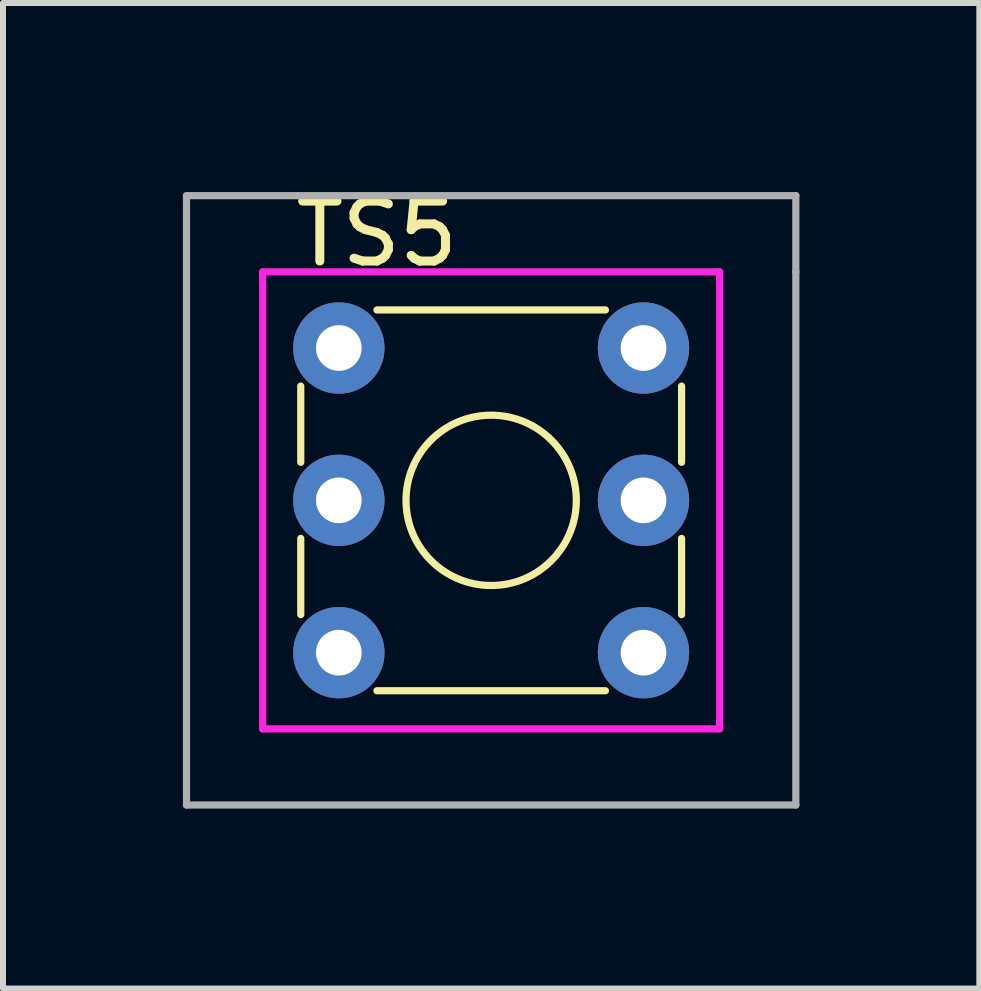
<source format=kicad_pcb>
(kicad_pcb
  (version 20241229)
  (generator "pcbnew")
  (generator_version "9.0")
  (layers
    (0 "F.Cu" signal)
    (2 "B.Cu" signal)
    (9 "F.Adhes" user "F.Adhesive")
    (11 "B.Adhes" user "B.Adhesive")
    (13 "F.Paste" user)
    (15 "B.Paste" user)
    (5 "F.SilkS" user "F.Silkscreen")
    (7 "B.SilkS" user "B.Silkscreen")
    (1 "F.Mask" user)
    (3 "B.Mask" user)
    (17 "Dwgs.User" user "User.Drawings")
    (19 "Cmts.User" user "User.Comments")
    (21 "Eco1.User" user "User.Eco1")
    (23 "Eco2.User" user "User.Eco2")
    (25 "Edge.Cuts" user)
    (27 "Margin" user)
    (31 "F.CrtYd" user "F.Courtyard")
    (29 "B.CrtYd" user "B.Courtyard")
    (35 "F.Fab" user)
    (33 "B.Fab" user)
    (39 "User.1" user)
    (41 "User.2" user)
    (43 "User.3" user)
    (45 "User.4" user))
  (footprint "TS5"
    (layer "F.Cu")
    (at 5.14 5.293)
    (property "Reference" "TS5" (at -1.905 -4.445 0) (layer "F.SilkS") (effects (font (size 1 1) (thickness 0.15))))
    (attr through_hole)
    (fp_line (start -3.175 -1.905) (end -3.175 -0.635) (stroke (width 0.12) (type solid)) (layer "F.SilkS"))
    (fp_line (start -3.175 0.635) (end -3.175 1.905) (stroke (width 0.12) (type solid)) (layer "F.SilkS"))
    (fp_line (start -1.905 -3.175) (end 1.905 -3.175) (stroke (width 0.12) (type solid)) (layer "F.SilkS"))
    (fp_line (start -1.905 3.175) (end 1.905 3.175) (stroke (width 0.12) (type solid)) (layer "F.SilkS"))
    (fp_line (start 3.175 -0.635) (end 3.175 -1.905) (stroke (width 0.12) (type solid)) (layer "F.SilkS"))
    (fp_line (start 3.175 1.905) (end 3.175 0.635) (stroke (width 0.12) (type solid)) (layer "F.SilkS"))
    (fp_circle (center 0 0) (end 0.635 -1.27) (stroke (width 0.12) (type solid)) (fill no) (layer "F.SilkS"))
    (fp_line (start -3.81 -3.81) (end 3.81 -3.81) (stroke (width 0.12) (type solid)) (layer "F.CrtYd"))
    (fp_line (start -3.81 3.81) (end -3.81 -3.81) (stroke (width 0.12) (type solid)) (layer "F.CrtYd"))
    (fp_line (start 3.81 -3.81) (end 3.81 3.81) (stroke (width 0.12) (type solid)) (layer "F.CrtYd"))
    (fp_line (start 3.81 3.81) (end -3.81 3.81) (stroke (width 0.12) (type solid)) (layer "F.CrtYd"))
    (fp_line (start -5.08 -5.08) (end 5.08 -5.08) (stroke (width 0.12) (type solid)) (layer "F.Fab"))
    (fp_line (start -5.08 5.08) (end -5.08 -5.08) (stroke (width 0.12) (type solid)) (layer "F.Fab"))
    (fp_line (start 5.08 -5.08) (end 5.08 -3.81) (stroke (width 0.12) (type solid)) (layer "F.Fab"))
    (fp_line (start 5.08 -3.81) (end 5.08 5.08) (stroke (width 0.12) (type solid)) (layer "F.Fab"))
    (fp_line (start 5.08 5.08) (end -5.08 5.08) (stroke (width 0.12) (type solid)) (layer "F.Fab"))
    (pad "1" thru_hole circle (at -2.54 -2.54) (size 1.524 1.524) (drill 0.762) (layers "*.Cu" "*.Mask"))
    (pad "2" thru_hole circle (at -2.54 2.54) (size 1.524 1.524) (drill 0.762) (layers "*.Cu" "*.Mask"))
    (pad "3" thru_hole circle (at -2.54 0) (size 1.524 1.524) (drill 0.762) (layers "*.Cu" "*.Mask"))
    (pad "4" thru_hole circle (at 2.54 0) (size 1.524 1.524) (drill 0.762) (layers "*.Cu" "*.Mask"))
    (pad "5" thru_hole circle (at 2.54 -2.54) (size 1.524 1.524) (drill 0.762) (layers "*.Cu" "*.Mask"))
    (pad "6" thru_hole circle (at 2.54 2.54) (size 1.524 1.524) (drill 0.762) (layers "*.Cu" "*.Mask")))
  (gr_rect
    (start -3 -3)
    (end 13.28 13.433)
    (stroke (width 0.1) (type default))
    (fill no)
    (layer "Edge.Cuts")))
</source>
